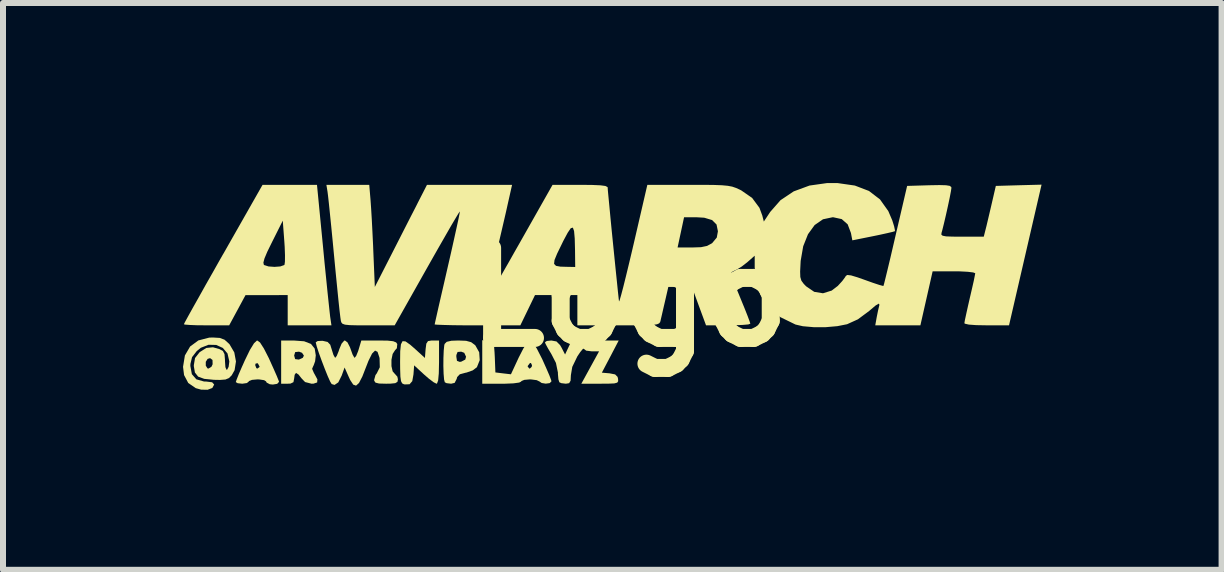
<source format=kicad_pcb>
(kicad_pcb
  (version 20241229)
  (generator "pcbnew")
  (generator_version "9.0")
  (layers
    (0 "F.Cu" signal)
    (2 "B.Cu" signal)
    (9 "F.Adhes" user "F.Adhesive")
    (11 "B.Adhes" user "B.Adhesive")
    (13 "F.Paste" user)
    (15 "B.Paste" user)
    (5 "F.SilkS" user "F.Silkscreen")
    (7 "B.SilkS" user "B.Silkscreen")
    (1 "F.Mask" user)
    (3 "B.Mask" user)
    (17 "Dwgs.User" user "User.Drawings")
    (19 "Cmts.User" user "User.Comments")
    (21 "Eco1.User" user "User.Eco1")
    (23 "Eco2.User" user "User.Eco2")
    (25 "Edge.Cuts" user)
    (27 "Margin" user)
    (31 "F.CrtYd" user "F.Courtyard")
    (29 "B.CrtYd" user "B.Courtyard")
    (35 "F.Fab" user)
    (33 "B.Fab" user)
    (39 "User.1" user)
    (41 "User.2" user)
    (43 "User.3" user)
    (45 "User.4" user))
  (footprint "Logo"
    (layer "F.Cu")
    (at 7.436 1.903)
    (property "Reference" "Logo" (at 0 0 0) (layer "F.SilkS") (effects (font (size 1.5 1.5) (thickness 0.3))))
    (attr board_only exclude_from_pos_files exclude_from_bom)
    (fp_poly (pts (xy -3.17 1.081) (xy -3.174 1.268) (xy -3.185 1.387) (xy -3.204 1.438) (xy -3.212 1.441) (xy -3.258 1.418) (xy -3.337 1.359) (xy -3.419 1.288) (xy -3.585 1.135) (xy -3.596 1.285) (xy -3.616 1.398) (xy -3.661 1.45) (xy -3.742 1.453) (xy -3.756 1.45) (xy -3.785 1.435) (xy -3.804 1.397) (xy -3.814 1.322) (xy -3.818 1.198) (xy -3.819 1.078) (xy -3.817 0.898) (xy -3.805 0.785) (xy -3.778 0.732) (xy -3.729 0.736) (xy -3.652 0.79) (xy -3.565 0.866) (xy -3.405 1.012) (xy -3.394 0.866) (xy -3.382 0.773) (xy -3.354 0.731) (xy -3.295 0.721) (xy -3.277 0.721) (xy -3.17 0.721)) (stroke (width 0) (type solid)) (fill yes) (layer "F.SilkS"))
    (fp_poly (pts (xy -5.418 0.734) (xy -5.304 0.778) (xy -5.242 0.856) (xy -5.224 0.968) (xy -5.235 1.067) (xy -5.26 1.137) (xy -5.265 1.144) (xy -5.285 1.193) (xy -5.254 1.265) (xy -5.247 1.276) (xy -5.197 1.369) (xy -5.201 1.42) (xy -5.262 1.44) (xy -5.295 1.441) (xy -5.403 1.413) (xy -5.462 1.351) (xy -5.513 1.287) (xy -5.553 1.261) (xy -5.576 1.292) (xy -5.584 1.351) (xy -5.596 1.415) (xy -5.645 1.439) (xy -5.692 1.441) (xy -5.801 1.441) (xy -5.801 1.081) (xy -5.801 0.973) (xy -5.584 0.973) (xy -5.568 1.031) (xy -5.507 1.039) (xy -5.503 1.038) (xy -5.44 1.009) (xy -5.422 0.973) (xy -5.453 0.926) (xy -5.503 0.907) (xy -5.567 0.914) (xy -5.584 0.97) (xy -5.584 0.973) (xy -5.801 0.973) (xy -5.801 0.721) (xy -5.592 0.721)) (stroke (width 0) (type solid)) (fill yes) (layer "F.SilkS"))
    (fp_poly (pts (xy -2.719 0.726) (xy -2.635 0.749) (xy -2.573 0.795) (xy -2.564 0.804) (xy -2.501 0.917) (xy -2.492 1.048) (xy -2.539 1.166) (xy -2.54 1.167) (xy -2.609 1.219) (xy -2.711 1.255) (xy -2.728 1.258) (xy -2.824 1.284) (xy -2.868 1.33) (xy -2.876 1.361) (xy -2.91 1.427) (xy -2.969 1.441) (xy -3.044 1.432) (xy -3.074 1.417) (xy -3.086 1.371) (xy -3.094 1.274) (xy -3.098 1.147) (xy -3.097 1.012) (xy -3.096 0.991) (xy -2.882 0.991) (xy -2.871 1.06) (xy -2.826 1.077) (xy -2.801 1.074) (xy -2.733 1.039) (xy -2.72 0.991) (xy -2.75 0.926) (xy -2.801 0.907) (xy -2.861 0.912) (xy -2.881 0.962) (xy -2.882 0.991) (xy -3.096 0.991) (xy -3.092 0.89) (xy -3.083 0.801) (xy -3.077 0.778) (xy -3.042 0.743) (xy -2.964 0.725) (xy -2.849 0.721)) (stroke (width 0) (type solid)) (fill yes) (layer "F.SilkS"))
    (fp_poly (pts (xy -6.153 0.754) (xy -6.089 0.854) (xy -6.006 1.016) (xy -5.989 1.054) (xy -5.925 1.196) (xy -5.874 1.312) (xy -5.843 1.389) (xy -5.836 1.41) (xy -5.867 1.443) (xy -5.939 1.455) (xy -5.99 1.45) (xy -6.043 1.422) (xy -6.053 1.402) (xy -6.085 1.382) (xy -6.165 1.37) (xy -6.197 1.369) (xy -6.287 1.377) (xy -6.337 1.397) (xy -6.341 1.405) (xy -6.372 1.43) (xy -6.448 1.441) (xy -6.449 1.441) (xy -6.525 1.433) (xy -6.557 1.414) (xy -6.557 1.414) (xy -6.543 1.372) (xy -6.506 1.279) (xy -6.451 1.152) (xy -6.442 1.133) (xy -6.233 1.133) (xy -6.214 1.182) (xy -6.197 1.189) (xy -6.162 1.163) (xy -6.161 1.155) (xy -6.187 1.106) (xy -6.197 1.099) (xy -6.228 1.107) (xy -6.233 1.133) (xy -6.442 1.133) (xy -6.407 1.054) (xy -6.322 0.879) (xy -6.254 0.768) (xy -6.205 0.722) (xy -6.199 0.721)) (stroke (width 0) (type solid)) (fill yes) (layer "F.SilkS"))
    (fp_poly (pts (xy -1.213 0.737) (xy -1.153 0.798) (xy -1.13 0.837) (xy -1.07 0.954) (xy -1.015 0.837) (xy -0.96 0.721) (xy -0.568 0.721) (xy -0.176 0.721) (xy -0.316 0.989) (xy -0.457 1.257) (xy -0.328 1.268) (xy -0.236 1.286) (xy -0.195 1.327) (xy -0.187 1.36) (xy -0.185 1.399) (xy -0.201 1.423) (xy -0.249 1.436) (xy -0.343 1.44) (xy -0.487 1.441) (xy -0.799 1.441) (xy -0.651 1.171) (xy -0.503 0.901) (xy -0.63 0.901) (xy -0.718 0.89) (xy -0.756 0.861) (xy -0.757 0.858) (xy -0.773 0.861) (xy -0.817 0.914) (xy -0.865 0.985) (xy -0.95 1.161) (xy -0.973 1.298) (xy -0.978 1.391) (xy -1.002 1.432) (xy -1.056 1.441) (xy -1.057 1.441) (xy -1.132 1.432) (xy -1.165 1.417) (xy -1.181 1.368) (xy -1.189 1.279) (xy -1.189 1.256) (xy -1.222 1.095) (xy -1.297 0.949) (xy -1.356 0.85) (xy -1.396 0.776) (xy -1.405 0.75) (xy -1.374 0.729) (xy -1.298 0.721) (xy -1.298 0.721)) (stroke (width 0) (type solid)) (fill yes) (layer "F.SilkS"))
    (fp_poly (pts (xy -2.351 0.727) (xy -2.299 0.737) (xy -2.269 0.761) (xy -2.253 0.817) (xy -2.245 0.92) (xy -2.241 0.996) (xy -2.231 1.253) (xy -2.101 1.269) (xy -1.972 1.284) (xy -1.912 1.155) (xy -1.693 1.155) (xy -1.666 1.188) (xy -1.657 1.189) (xy -1.626 1.16) (xy -1.621 1.133) (xy -1.639 1.095) (xy -1.657 1.099) (xy -1.692 1.145) (xy -1.693 1.155) (xy -1.912 1.155) (xy -1.842 1.004) (xy -1.765 0.854) (xy -1.701 0.757) (xy -1.654 0.722) (xy -1.654 0.722) (xy -1.606 0.756) (xy -1.54 0.857) (xy -1.454 1.025) (xy -1.446 1.042) (xy -1.383 1.183) (xy -1.332 1.301) (xy -1.302 1.38) (xy -1.297 1.402) (xy -1.326 1.431) (xy -1.392 1.44) (xy -1.46 1.429) (xy -1.495 1.405) (xy -1.542 1.382) (xy -1.632 1.37) (xy -1.659 1.369) (xy -1.749 1.377) (xy -1.798 1.397) (xy -1.801 1.405) (xy -1.835 1.422) (xy -1.93 1.435) (xy -2.072 1.441) (xy -2.126 1.441) (xy -2.45 1.441) (xy -2.45 1.078) (xy -2.45 0.716)) (stroke (width 0) (type solid)) (fill yes) (layer "F.SilkS"))
    (fp_poly (pts (xy -5.103 -0.838) (xy -5.077 -0.565) (xy -5.051 -0.31) (xy -5.028 -0.082) (xy -5.008 0.107) (xy -4.993 0.247) (xy -4.984 0.327) (xy -4.983 0.333) (xy -4.963 0.468) (xy -5.328 0.468) (xy -5.692 0.468) (xy -5.692 0.216) (xy -5.692 -0.036) (xy -6.044 -0.035) (xy -6.395 -0.035) (xy -6.531 0.217) (xy -6.667 0.468) (xy -7.044 0.468) (xy -7.199 0.467) (xy -7.324 0.462) (xy -7.402 0.456) (xy -7.422 0.45) (xy -7.405 0.416) (xy -7.356 0.326) (xy -7.279 0.187) (xy -7.178 0.008) (xy -7.058 -0.207) (xy -6.921 -0.448) (xy -6.848 -0.578) (xy -6.097 -0.578) (xy -6.09 -0.542) (xy -6.083 -0.536) (xy -6.011 -0.513) (xy -5.912 -0.506) (xy -5.816 -0.513) (xy -5.753 -0.535) (xy -5.745 -0.542) (xy -5.738 -0.593) (xy -5.737 -0.697) (xy -5.742 -0.838) (xy -5.748 -0.928) (xy -5.774 -1.276) (xy -5.952 -0.921) (xy -6.032 -0.758) (xy -6.079 -0.646) (xy -6.097 -0.578) (xy -6.848 -0.578) (xy -6.773 -0.71) (xy -6.766 -0.721) (xy -6.111 -1.873) (xy -5.657 -1.873) (xy -5.204 -1.873)) (stroke (width 0) (type solid)) (fill yes) (layer "F.SilkS"))
    (fp_poly (pts (xy -6.823 0.678) (xy -6.744 0.708) (xy -6.67 0.775) (xy -6.66 0.786) (xy -6.582 0.919) (xy -6.554 1.07) (xy -6.577 1.216) (xy -6.625 1.301) (xy -6.671 1.347) (xy -6.729 1.371) (xy -6.82 1.378) (xy -6.922 1.376) (xy -7.083 1.36) (xy -7.184 1.323) (xy -7.238 1.255) (xy -7.256 1.15) (xy -7.256 1.14) (xy -7.057 1.14) (xy -7.029 1.185) (xy -7.012 1.189) (xy -6.963 1.159) (xy -6.943 1.117) (xy -6.945 1.045) (xy -6.985 1.015) (xy -7.026 1.027) (xy -7.057 1.076) (xy -7.057 1.14) (xy -7.256 1.14) (xy -7.256 1.131) (xy -7.236 1.013) (xy -7.163 0.92) (xy -7.157 0.914) (xy -7.048 0.845) (xy -6.937 0.834) (xy -6.83 0.864) (xy -6.772 0.895) (xy -6.745 0.948) (xy -6.737 1.044) (xy -6.737 1.064) (xy -6.73 1.165) (xy -6.712 1.208) (xy -6.701 1.207) (xy -6.676 1.159) (xy -6.665 1.073) (xy -6.665 1.068) (xy -6.695 0.937) (xy -6.773 0.845) (xy -6.883 0.795) (xy -7.011 0.792) (xy -7.139 0.842) (xy -7.208 0.898) (xy -7.286 0.999) (xy -7.313 1.111) (xy -7.314 1.145) (xy -7.289 1.282) (xy -7.214 1.368) (xy -7.087 1.404) (xy -7.05 1.405) (xy -6.951 1.417) (xy -6.917 1.455) (xy -6.917 1.455) (xy -6.948 1.512) (xy -7.027 1.542) (xy -7.134 1.54) (xy -7.224 1.515) (xy -7.349 1.429) (xy -7.419 1.297) (xy -7.436 1.16) (xy -7.405 0.97) (xy -7.318 0.821) (xy -7.181 0.72) (xy -7 0.673) (xy -6.94 0.671)) (stroke (width 0) (type solid)) (fill yes) (layer "F.SilkS"))
    (fp_poly (pts (xy -4.027 0.723) (xy -3.935 0.733) (xy -3.885 0.753) (xy -3.866 0.78) (xy -3.873 0.85) (xy -3.903 0.883) (xy -3.943 0.945) (xy -3.963 1.042) (xy -3.963 1.148) (xy -3.943 1.235) (xy -3.909 1.274) (xy -3.865 1.323) (xy -3.855 1.368) (xy -3.863 1.41) (xy -3.9 1.432) (xy -3.981 1.44) (xy -4.053 1.441) (xy -4.169 1.438) (xy -4.229 1.423) (xy -4.25 1.392) (xy -4.251 1.376) (xy -4.229 1.297) (xy -4.208 1.269) (xy -4.157 1.167) (xy -4.161 1.019) (xy -4.164 1.003) (xy -4.195 0.91) (xy -4.236 0.889) (xy -4.286 0.939) (xy -4.346 1.06) (xy -4.38 1.147) (xy -4.448 1.321) (xy -4.504 1.429) (xy -4.553 1.473) (xy -4.6 1.456) (xy -4.65 1.38) (xy -4.676 1.324) (xy -4.744 1.171) (xy -4.792 1.305) (xy -4.849 1.419) (xy -4.911 1.461) (xy -4.959 1.447) (xy -4.984 1.406) (xy -5.025 1.315) (xy -5.074 1.193) (xy -5.126 1.057) (xy -5.173 0.927) (xy -5.208 0.82) (xy -5.224 0.756) (xy -5.224 0.751) (xy -5.193 0.73) (xy -5.117 0.726) (xy -5.107 0.727) (xy -5.027 0.745) (xy -4.983 0.791) (xy -4.957 0.874) (xy -4.93 0.96) (xy -4.904 1.006) (xy -4.899 1.009) (xy -4.875 0.978) (xy -4.843 0.9) (xy -4.832 0.865) (xy -4.794 0.774) (xy -4.751 0.724) (xy -4.738 0.721) (xy -4.696 0.752) (xy -4.655 0.832) (xy -4.643 0.865) (xy -4.611 0.954) (xy -4.583 1.004) (xy -4.576 1.009) (xy -4.551 0.978) (xy -4.519 0.9) (xy -4.508 0.865) (xy -4.465 0.721) (xy -4.177 0.721)) (stroke (width 0) (type solid)) (fill yes) (layer "F.SilkS"))
    (fp_poly (pts (xy 3.473 -1.902) (xy 3.759 -1.861) (xy 3.994 -1.771) (xy 4.178 -1.63) (xy 4.316 -1.436) (xy 4.382 -1.282) (xy 4.413 -1.183) (xy 4.427 -1.116) (xy 4.427 -1.101) (xy 4.388 -1.089) (xy 4.294 -1.067) (xy 4.162 -1.038) (xy 4.065 -1.018) (xy 3.717 -0.948) (xy 3.694 -1.07) (xy 3.639 -1.215) (xy 3.54 -1.302) (xy 3.397 -1.333) (xy 3.389 -1.333) (xy 3.228 -1.299) (xy 3.089 -1.203) (xy 2.978 -1.05) (xy 2.898 -0.849) (xy 2.856 -0.606) (xy 2.854 -0.569) (xy 2.847 -0.428) (xy 2.85 -0.337) (xy 2.868 -0.276) (xy 2.907 -0.223) (xy 2.947 -0.182) (xy 3.082 -0.09) (xy 3.228 -0.066) (xy 3.373 -0.111) (xy 3.475 -0.189) (xy 3.549 -0.27) (xy 3.598 -0.336) (xy 3.607 -0.353) (xy 3.632 -0.371) (xy 3.695 -0.364) (xy 3.805 -0.331) (xy 3.924 -0.289) (xy 4.058 -0.241) (xy 4.164 -0.206) (xy 4.226 -0.189) (xy 4.235 -0.188) (xy 4.246 -0.225) (xy 4.27 -0.321) (xy 4.306 -0.469) (xy 4.351 -0.657) (xy 4.402 -0.876) (xy 4.437 -1.027) (xy 4.63 -1.855) (xy 4.999 -1.866) (xy 5.169 -1.869) (xy 5.278 -1.866) (xy 5.34 -1.856) (xy 5.365 -1.837) (xy 5.368 -1.822) (xy 5.36 -1.767) (xy 5.34 -1.662) (xy 5.311 -1.525) (xy 5.278 -1.376) (xy 5.245 -1.235) (xy 5.217 -1.122) (xy 5.203 -1.072) (xy 5.2 -1.043) (xy 5.222 -1.025) (xy 5.279 -1.014) (xy 5.386 -1.01) (xy 5.545 -1.009) (xy 5.907 -1.009) (xy 5.932 -1.108) (xy 5.952 -1.187) (xy 5.982 -1.314) (xy 6.018 -1.467) (xy 6.033 -1.531) (xy 6.108 -1.855) (xy 6.489 -1.866) (xy 6.87 -1.876) (xy 6.599 -0.704) (xy 6.328 0.468) (xy 5.956 0.468) (xy 5.783 0.465) (xy 5.659 0.456) (xy 5.593 0.441) (xy 5.584 0.432) (xy 5.592 0.384) (xy 5.614 0.282) (xy 5.645 0.142) (xy 5.674 0.015) (xy 5.711 -0.144) (xy 5.741 -0.276) (xy 5.759 -0.367) (xy 5.765 -0.4) (xy 5.731 -0.413) (xy 5.641 -0.424) (xy 5.51 -0.431) (xy 5.41 -0.432) (xy 5.055 -0.432) (xy 4.953 0.018) (xy 4.851 0.468) (xy 4.475 0.468) (xy 4.099 0.468) (xy 4.123 0.333) (xy 4.145 0.224) (xy 4.166 0.135) (xy 4.168 0.127) (xy 4.16 0.106) (xy 4.107 0.136) (xy 4.007 0.22) (xy 4.001 0.226) (xy 3.81 0.368) (xy 3.629 0.45) (xy 3.467 0.482) (xy 3.273 0.499) (xy 3.073 0.499) (xy 2.892 0.483) (xy 2.77 0.455) (xy 2.518 0.332) (xy 2.322 0.165) (xy 2.184 -0.044) (xy 2.107 -0.29) (xy 2.09 -0.495) (xy 2.09 -0.692) (xy 1.966 -0.583) (xy 1.873 -0.511) (xy 1.79 -0.46) (xy 1.768 -0.451) (xy 1.708 -0.42) (xy 1.693 -0.398) (xy 1.706 -0.355) (xy 1.742 -0.259) (xy 1.794 -0.126) (xy 1.855 0.023) (xy 1.919 0.179) (xy 1.971 0.31) (xy 2.005 0.402) (xy 2.017 0.441) (xy 1.984 0.453) (xy 1.894 0.461) (xy 1.761 0.467) (xy 1.648 0.468) (xy 1.279 0.468) (xy 1.139 0.088) (xy 1 -0.292) (xy 0.837 -0.281) (xy 0.673 -0.27) (xy 0.607 0.018) (xy 0.573 0.164) (xy 0.544 0.291) (xy 0.524 0.376) (xy 0.522 0.387) (xy 0.514 0.415) (xy 0.497 0.436) (xy 0.462 0.451) (xy 0.399 0.46) (xy 0.299 0.465) (xy 0.151 0.468) (xy -0.054 0.468) (xy -0.181 0.468) (xy -0.865 0.468) (xy -0.865 0.216) (xy -0.865 -0.036) (xy -1.218 -0.036) (xy -1.571 -0.036) (xy -1.693 0.216) (xy -1.815 0.468) (xy -2.529 0.468) (xy -2.747 0.468) (xy -2.938 0.466) (xy -3.091 0.462) (xy -3.196 0.458) (xy -3.242 0.454) (xy -3.243 0.453) (xy -3.235 0.415) (xy -3.213 0.317) (xy -3.179 0.166) (xy -3.135 -0.026) (xy -3.083 -0.251) (xy -3.028 -0.491) (xy -2.971 -0.739) (xy -2.921 -0.963) (xy -2.879 -1.153) (xy -2.847 -1.3) (xy -2.828 -1.396) (xy -2.823 -1.43) (xy -2.843 -1.402) (xy -2.893 -1.319) (xy -2.97 -1.189) (xy -3.068 -1.018) (xy -3.185 -0.814) (xy -3.315 -0.585) (xy -3.371 -0.486) (xy -3.909 0.468) (xy -4.35 0.468) (xy -4.534 0.468) (xy -4.659 0.465) (xy -4.737 0.457) (xy -4.779 0.442) (xy -4.799 0.418) (xy -4.807 0.387) (xy -4.815 0.331) (xy -4.829 0.213) (xy -4.847 0.044) (xy -4.868 -0.166) (xy -4.892 -0.407) (xy -4.917 -0.667) (xy -4.942 -0.93) (xy -4.966 -1.175) (xy -4.988 -1.391) (xy -5.006 -1.567) (xy -5.02 -1.693) (xy -5.028 -1.756) (xy -5.047 -1.873) (xy -4.69 -1.873) (xy -4.333 -1.873) (xy -4.311 -1.612) (xy -4.302 -1.483) (xy -4.291 -1.302) (xy -4.28 -1.089) (xy -4.269 -0.864) (xy -4.265 -0.761) (xy -4.24 -0.171) (xy -3.957 -0.725) (xy -3.85 -0.935) (xy -3.741 -1.149) (xy -3.64 -1.347) (xy -3.556 -1.51) (xy -3.523 -1.576) (xy -3.371 -1.873) (xy -2.662 -1.873) (xy -1.953 -1.873) (xy -2.023 -1.562) (xy -2.054 -1.423) (xy -2.098 -1.233) (xy -2.15 -1.01) (xy -2.205 -0.772) (xy -2.25 -0.58) (xy -2.299 -0.372) (xy -2.341 -0.189) (xy -2.373 -0.043) (xy -2.395 0.055) (xy -2.402 0.095) (xy -2.402 0.096) (xy -2.383 0.067) (xy -2.334 -0.017) (xy -2.257 -0.149) (xy -2.158 -0.322) (xy -2.041 -0.527) (xy -2.024 -0.556) (xy -1.253 -0.556) (xy -1.221 -0.523) (xy -1.149 -0.51) (xy -1.054 -0.507) (xy -0.901 -0.504) (xy -0.904 -0.784) (xy -0.909 -0.979) (xy -0.92 -1.103) (xy -0.94 -1.16) (xy -0.975 -1.15) (xy -1.026 -1.075) (xy -1.1 -0.937) (xy -1.124 -0.887) (xy -1.202 -0.727) (xy -1.246 -0.62) (xy -1.253 -0.556) (xy -2.024 -0.556) (xy -1.91 -0.758) (xy -1.837 -0.886) (xy -1.279 -1.872) (xy -0.82 -1.873) (xy -0.618 -1.871) (xy -0.48 -1.865) (xy -0.398 -1.854) (xy -0.363 -1.836) (xy -0.36 -1.828) (xy -0.357 -1.781) (xy -0.347 -1.675) (xy -0.332 -1.52) (xy -0.314 -1.329) (xy -0.293 -1.114) (xy -0.27 -0.886) (xy -0.247 -0.659) (xy -0.225 -0.442) (xy -0.205 -0.249) (xy -0.189 -0.092) (xy -0.177 0.019) (xy -0.171 0.071) (xy -0.161 0.051) (xy -0.137 -0.031) (xy -0.101 -0.167) (xy -0.056 -0.348) (xy -0.003 -0.567) (xy 0.056 -0.815) (xy 0.059 -0.829) (xy 0.805 -0.829) (xy 1.046 -0.829) (xy 1.195 -0.834) (xy 1.296 -0.855) (xy 1.372 -0.896) (xy 1.382 -0.903) (xy 1.458 -0.994) (xy 1.477 -1.099) (xy 1.454 -1.212) (xy 1.38 -1.286) (xy 1.25 -1.325) (xy 1.115 -1.333) (xy 0.913 -1.333) (xy 0.859 -1.081) (xy 0.805 -0.829) (xy 0.059 -0.829) (xy 0.07 -0.875) (xy 0.301 -1.873) (xy 0.99 -1.873) (xy 1.23 -1.873) (xy 1.411 -1.871) (xy 1.544 -1.866) (xy 1.641 -1.857) (xy 1.715 -1.843) (xy 1.779 -1.821) (xy 1.843 -1.792) (xy 1.865 -1.781) (xy 2.047 -1.655) (xy 2.169 -1.49) (xy 2.217 -1.36) (xy 2.242 -1.261) (xy 2.348 -1.421) (xy 2.52 -1.617) (xy 2.74 -1.764) (xy 3.003 -1.861) (xy 3.3 -1.903)) (stroke (width 0) (type solid)) (fill yes) (layer "F.SilkS")))
  (gr_rect
    (start -3 -3)
    (end 17.306 6.445)
    (stroke (width 0.1) (type default))
    (fill no)
    (layer "Edge.Cuts")))
</source>
